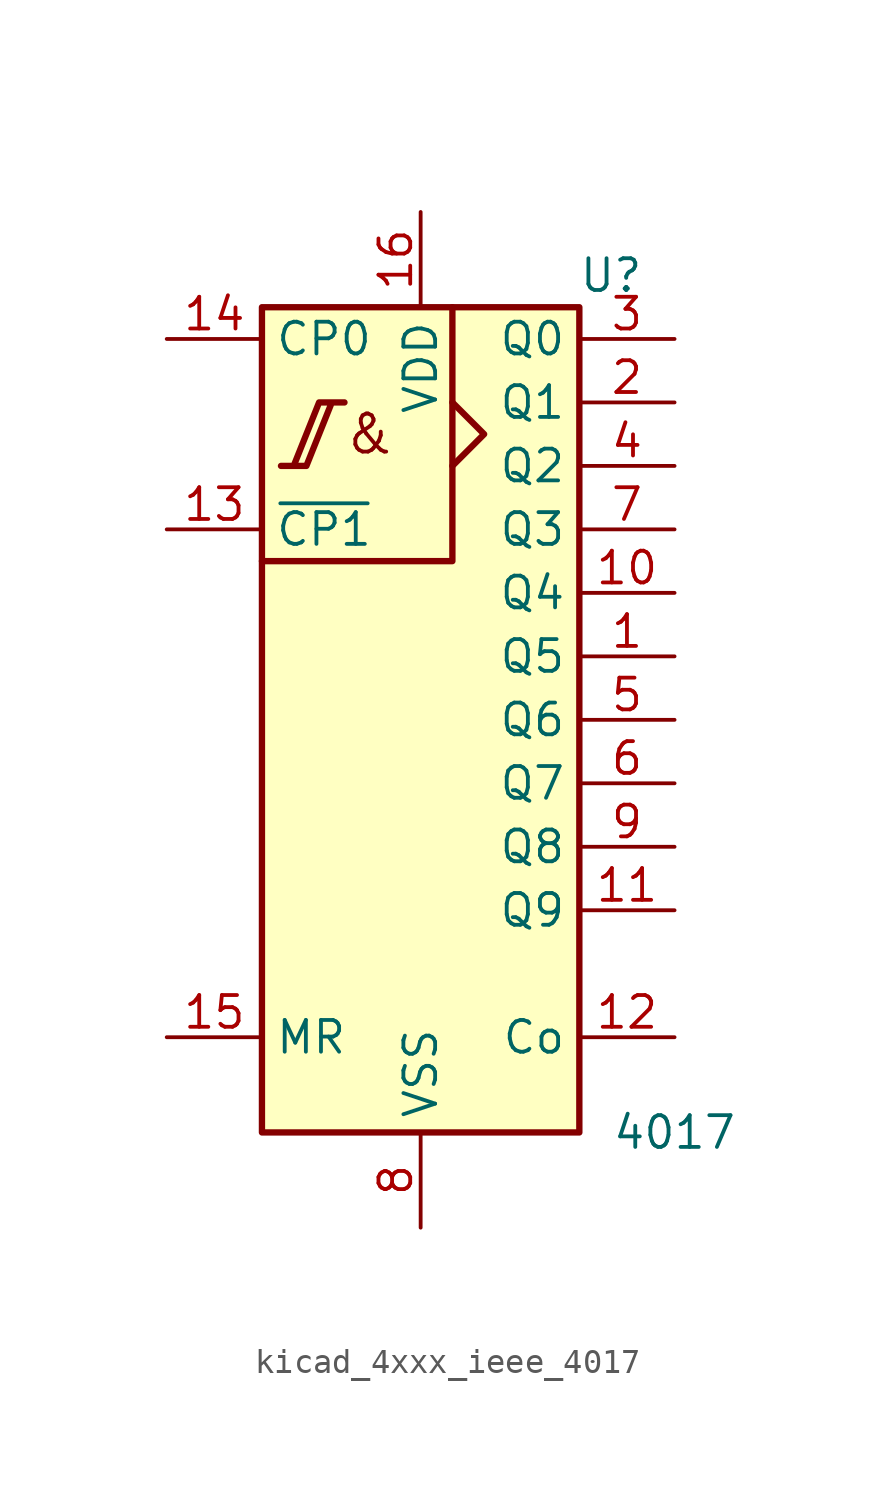
<source format=kicad_sym>
(kicad_symbol_lib
  (version 20220914)
  (generator kicad_symbol_editor)
  (symbol "kicad_4xxx_ieee_4017"
    (property "Reference" "U"
      (at 7.62 17.78 0)
      (effects (font (size 1.27 1.27))))
    (property "Value" "4017"
      (at 10.16 -16.51 0)
      (effects (font (size 1.27 1.27))))
    (symbol "kicad_4xxx_ieee_4017_0_0"
      (polyline (pts (xy -5.588 10.16) (xy -4.572 10.16) (xy -3.556 12.7) (xy -3.048 12.7) (xy -4.064 12.7) (xy -5.08 10.16) (xy -5.08 10.16)) (stroke (width 0.254) (type default)) (fill (type background)))
      (text "&" (at -2.032 11.43 0) (effects (font (size 1.524 1.524))))
      (pin power_in line (at 0 20.32 270) (length 3.81) (name "VDD" (effects (font (size 1.27 1.27)))) (number "16" (effects (font (size 1.27 1.27)))))
      (pin power_in line (at 0 -20.32 90) (length 3.81) (name "VSS" (effects (font (size 1.27 1.27)))) (number "8" (effects (font (size 1.27 1.27))))))
    (symbol "kicad_4xxx_ieee_4017_0_1"
      (rectangle (start -6.35 16.51) (end 6.35 -16.51) (stroke (width 0.254) (type default)) (fill (type background)))
      (polyline (pts (xy 1.27 12.7) (xy 2.54 11.43) (xy 1.27 10.16) (xy 1.27 10.16)) (stroke (width 0.254) (type default)) (fill (type background)))
      (polyline (pts (xy 1.27 16.51) (xy 1.27 6.35) (xy -6.35 6.35) (xy -6.35 6.35)) (stroke (width 0.254) (type default)) (fill (type background))))
    (symbol "kicad_4xxx_ieee_4017_1_1"
      (pin output line (at 10.16 2.54 180) (length 3.81) (name "Q5" (effects (font (size 1.27 1.27)))) (number "1" (effects (font (size 1.27 1.27)))))
      (pin output line (at 10.16 5.08 180) (length 3.81) (name "Q4" (effects (font (size 1.27 1.27)))) (number "10" (effects (font (size 1.27 1.27)))))
      (pin output line (at 10.16 -7.62 180) (length 3.81) (name "Q9" (effects (font (size 1.27 1.27)))) (number "11" (effects (font (size 1.27 1.27)))))
      (pin output line (at 10.16 -12.7 180) (length 3.81) (name "Co" (effects (font (size 1.27 1.27)))) (number "12" (effects (font (size 1.27 1.27)))))
      (pin input line (at -10.16 7.62 0) (length 3.81) (name "~{CP1}" (effects (font (size 1.27 1.27)))) (number "13" (effects (font (size 1.27 1.27)))))
      (pin input line (at -10.16 15.24 0) (length 3.81) (name "CP0" (effects (font (size 1.27 1.27)))) (number "14" (effects (font (size 1.27 1.27)))))
      (pin input line (at -10.16 -12.7 0) (length 3.81) (name "MR" (effects (font (size 1.27 1.27)))) (number "15" (effects (font (size 1.27 1.27)))))
      (pin output line (at 10.16 12.7 180) (length 3.81) (name "Q1" (effects (font (size 1.27 1.27)))) (number "2" (effects (font (size 1.27 1.27)))))
      (pin output line (at 10.16 15.24 180) (length 3.81) (name "Q0" (effects (font (size 1.27 1.27)))) (number "3" (effects (font (size 1.27 1.27)))))
      (pin output line (at 10.16 10.16 180) (length 3.81) (name "Q2" (effects (font (size 1.27 1.27)))) (number "4" (effects (font (size 1.27 1.27)))))
      (pin output line (at 10.16 0 180) (length 3.81) (name "Q6" (effects (font (size 1.27 1.27)))) (number "5" (effects (font (size 1.27 1.27)))))
      (pin output line (at 10.16 -2.54 180) (length 3.81) (name "Q7" (effects (font (size 1.27 1.27)))) (number "6" (effects (font (size 1.27 1.27)))))
      (pin output line (at 10.16 7.62 180) (length 3.81) (name "Q3" (effects (font (size 1.27 1.27)))) (number "7" (effects (font (size 1.27 1.27)))))
      (pin output line (at 10.16 -5.08 180) (length 3.81) (name "Q8" (effects (font (size 1.27 1.27)))) (number "9" (effects (font (size 1.27 1.27))))))))
</source>
